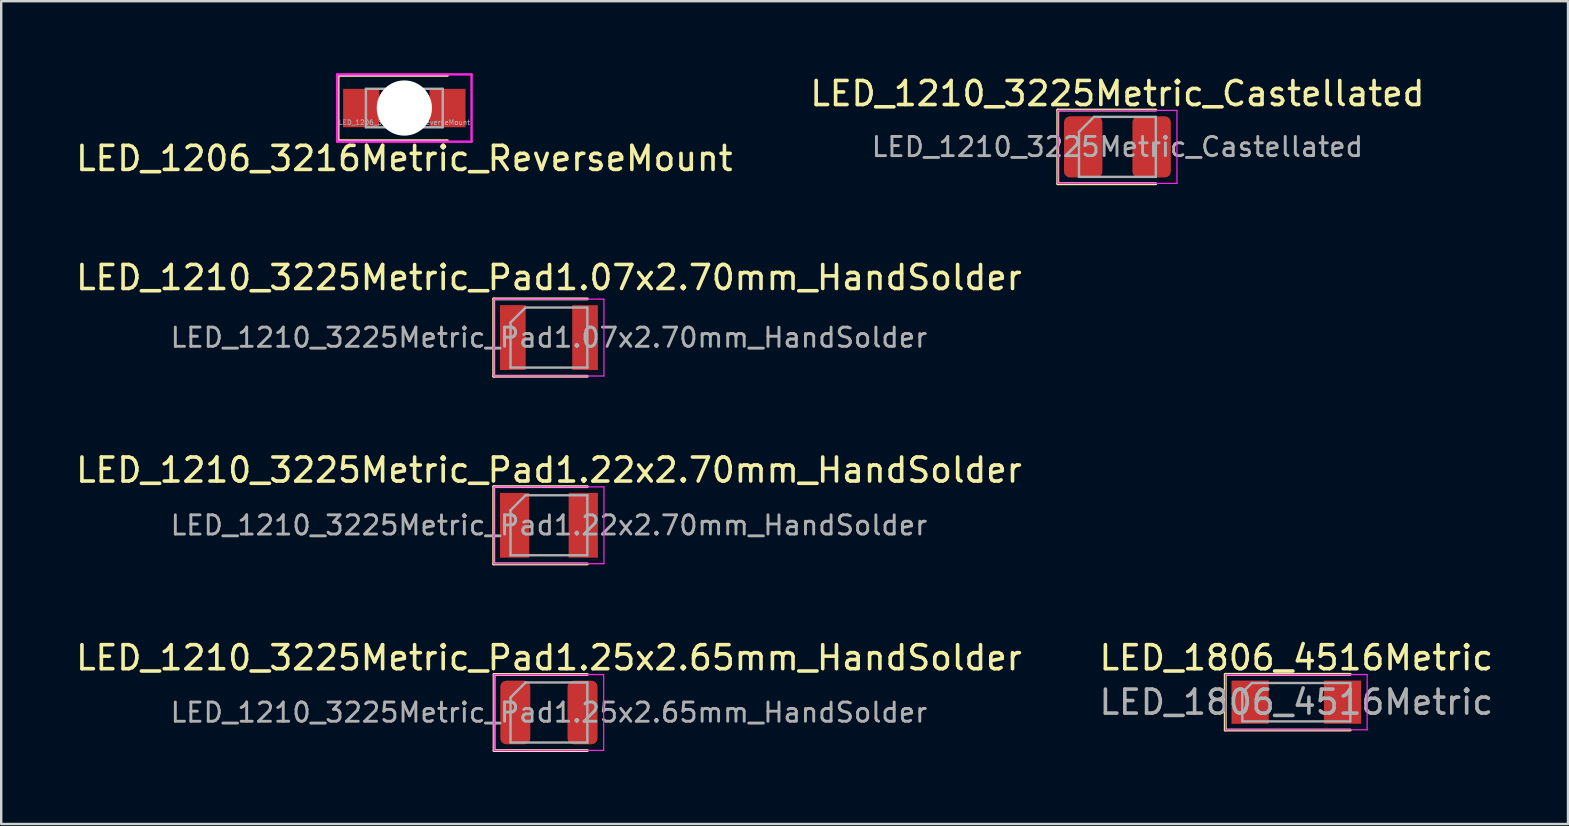
<source format=kicad_pcb>
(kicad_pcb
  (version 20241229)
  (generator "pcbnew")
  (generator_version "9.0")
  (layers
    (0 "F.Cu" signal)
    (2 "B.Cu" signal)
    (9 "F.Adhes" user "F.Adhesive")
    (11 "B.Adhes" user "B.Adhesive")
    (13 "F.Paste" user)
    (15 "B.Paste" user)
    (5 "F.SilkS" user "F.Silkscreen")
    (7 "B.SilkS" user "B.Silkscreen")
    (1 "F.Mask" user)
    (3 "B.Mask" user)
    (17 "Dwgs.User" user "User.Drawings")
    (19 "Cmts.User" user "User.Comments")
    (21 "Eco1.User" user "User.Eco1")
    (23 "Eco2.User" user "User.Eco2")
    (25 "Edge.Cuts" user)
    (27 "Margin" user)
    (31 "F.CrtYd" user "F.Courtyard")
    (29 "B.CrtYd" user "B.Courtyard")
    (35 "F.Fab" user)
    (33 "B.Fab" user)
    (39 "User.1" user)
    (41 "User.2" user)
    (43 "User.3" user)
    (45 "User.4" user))
  (footprint "LED_1210_3225Metric_Pad1.07x2.70mm_HandSolder"
    (layer "F.Cu")
    (at 19.815 11.011)
    (property "Reference" "LED_1210_3225Metric_Pad1.07x2.70mm_HandSolder" (at 0 -2.5 0) (layer "F.SilkS") (effects (font (size 1 1) (thickness 0.15))))
    (attr smd)
    (fp_line (start -2.3 -1.61) (end -2.3 1.61) (stroke (width 0.12) (type solid)) (layer "F.SilkS"))
    (fp_line (start -2.3 1.61) (end 1.6 1.61) (stroke (width 0.12) (type solid)) (layer "F.SilkS"))
    (fp_line (start 1.6 -1.61) (end -2.3 -1.61) (stroke (width 0.12) (type solid)) (layer "F.SilkS"))
    (fp_line (start -2.29 -1.6) (end 2.29 -1.6) (stroke (width 0.05) (type solid)) (layer "F.CrtYd"))
    (fp_line (start -2.29 1.6) (end -2.29 -1.6) (stroke (width 0.05) (type solid)) (layer "F.CrtYd"))
    (fp_line (start 2.29 -1.6) (end 2.29 1.6) (stroke (width 0.05) (type solid)) (layer "F.CrtYd"))
    (fp_line (start 2.29 1.6) (end -2.29 1.6) (stroke (width 0.05) (type solid)) (layer "F.CrtYd"))
    (fp_line (start -1.6 -0.625) (end -1.6 1.25) (stroke (width 0.1) (type solid)) (layer "F.Fab"))
    (fp_line (start -1.6 1.25) (end 1.6 1.25) (stroke (width 0.1) (type solid)) (layer "F.Fab"))
    (fp_line (start -0.975 -1.25) (end -1.6 -0.625) (stroke (width 0.1) (type solid)) (layer "F.Fab"))
    (fp_line (start 1.6 -1.25) (end -0.975 -1.25) (stroke (width 0.1) (type solid)) (layer "F.Fab"))
    (fp_line (start 1.6 1.25) (end 1.6 -1.25) (stroke (width 0.1) (type solid)) (layer "F.Fab"))
    (fp_text user "${REFERENCE}" (at 0 0 0) (layer "F.Fab") (effects (font (size 0.8 0.8) (thickness 0.12))))
    (pad "1" smd rect (at -1.505 0) (size 1.07 2.7) (layers "F.Cu" "F.Mask" "F.Paste"))
    (pad "2" smd rect (at 1.505 0) (size 1.07 2.7) (layers "F.Cu" "F.Mask" "F.Paste")))
  (footprint "LED_1206_3216Metric_ReverseMount"
    (layer "F.Cu")
    (at 13.792 1.45)
    (property "Reference" "LED_1206_3216Metric_ReverseMount" (at 0 2.1 0) (layer "F.SilkS") (effects (font (size 1 1) (thickness 0.15))))
    (attr smd)
    (fp_line (start -2.75 -1.35) (end 1.8 -1.35) (stroke (width 0.1) (type solid)) (layer "F.SilkS"))
    (fp_line (start -2.75 1.35) (end -2.75 -1.35) (stroke (width 0.1) (type solid)) (layer "F.SilkS"))
    (fp_line (start 1.8 1.35) (end -2.75 1.35) (stroke (width 0.1) (type solid)) (layer "F.SilkS"))
    (fp_line (start -2.8 -1.4) (end 2.8 -1.4) (stroke (width 0.1) (type solid)) (layer "F.CrtYd"))
    (fp_line (start -2.8 1.4) (end -2.8 -1.4) (stroke (width 0.1) (type solid)) (layer "F.CrtYd"))
    (fp_line (start 2.8 -1.4) (end 2.8 1.4) (stroke (width 0.1) (type solid)) (layer "F.CrtYd"))
    (fp_line (start 2.8 1.4) (end -2.8 1.4) (stroke (width 0.1) (type solid)) (layer "F.CrtYd"))
    (fp_line (start -1.6 -0.8) (end -1.6 0.8) (stroke (width 0.1) (type solid)) (layer "F.Fab"))
    (fp_line (start -1.6 0.8) (end 1.6 0.8) (stroke (width 0.1) (type solid)) (layer "F.Fab"))
    (fp_line (start -0.7 0.8) (end -0.7 -0.8) (stroke (width 0.1) (type solid)) (layer "F.Fab"))
    (fp_line (start -0.3 -0.4) (end -0.3 0.4) (stroke (width 0.1) (type solid)) (layer "F.Fab"))
    (fp_line (start -0.3 0) (end 0.3 0.4) (stroke (width 0.1) (type solid)) (layer "F.Fab"))
    (fp_line (start 0.3 -0.4) (end -0.3 0) (stroke (width 0.1) (type solid)) (layer "F.Fab"))
    (fp_line (start 0.3 0.4) (end 0.3 -0.4) (stroke (width 0.1) (type solid)) (layer "F.Fab"))
    (fp_line (start 0.7 0.8) (end 0.7 -0.8) (stroke (width 0.1) (type solid)) (layer "F.Fab"))
    (fp_line (start 1.6 -0.8) (end -1.6 -0.8) (stroke (width 0.1) (type solid)) (layer "F.Fab"))
    (fp_line (start 1.6 0.8) (end 1.6 -0.8) (stroke (width 0.1) (type solid)) (layer "F.Fab"))
    (fp_text user "${REFERENCE}" (at 0 0.6 0) (layer "F.Fab") (effects (font (size 0.2 0.2) (thickness 0.03))))
    (pad "" np_thru_hole circle (at 0 0) (size 2.3 2.3) (drill 2.3) (layers "*.Cu" "*.Mask"))
    (pad "1" smd rect (at -1.8 0) (size 1.5 1.6) (layers "F.Cu" "F.Mask" "F.Paste"))
    (pad "2" smd rect (at 1.8 0) (size 1.5 1.6) (layers "F.Cu" "F.Mask" "F.Paste")))
  (footprint "LED_1210_3225Metric_Castellated"
    (layer "F.Cu")
    (at 43.494 3.068)
    (property "Reference" "LED_1210_3225Metric_Castellated" (at 0 -2.22 0) (layer "F.SilkS") (effects (font (size 1 1) (thickness 0.15))))
    (attr smd)
    (fp_line (start -2.485 -1.535) (end -2.485 1.535) (stroke (width 0.12) (type solid)) (layer "F.SilkS"))
    (fp_line (start -2.485 1.535) (end 1.6 1.535) (stroke (width 0.12) (type solid)) (layer "F.SilkS"))
    (fp_line (start 1.6 -1.535) (end -2.485 -1.535) (stroke (width 0.12) (type solid)) (layer "F.SilkS"))
    (fp_line (start -2.48 -1.52) (end 2.48 -1.52) (stroke (width 0.05) (type solid)) (layer "F.CrtYd"))
    (fp_line (start -2.48 1.52) (end -2.48 -1.52) (stroke (width 0.05) (type solid)) (layer "F.CrtYd"))
    (fp_line (start 2.48 -1.52) (end 2.48 1.52) (stroke (width 0.05) (type solid)) (layer "F.CrtYd"))
    (fp_line (start 2.48 1.52) (end -2.48 1.52) (stroke (width 0.05) (type solid)) (layer "F.CrtYd"))
    (fp_line (start -1.6 -0.625) (end -1.6 1.25) (stroke (width 0.1) (type solid)) (layer "F.Fab"))
    (fp_line (start -1.6 1.25) (end 1.6 1.25) (stroke (width 0.1) (type solid)) (layer "F.Fab"))
    (fp_line (start -0.975 -1.25) (end -1.6 -0.625) (stroke (width 0.1) (type solid)) (layer "F.Fab"))
    (fp_line (start 1.6 -1.25) (end -0.975 -1.25) (stroke (width 0.1) (type solid)) (layer "F.Fab"))
    (fp_line (start 1.6 1.25) (end 1.6 -1.25) (stroke (width 0.1) (type solid)) (layer "F.Fab"))
    (fp_text user "${REFERENCE}" (at 0 0 0) (layer "F.Fab") (effects (font (size 0.8 0.8) (thickness 0.12))))
    (pad "1" smd roundrect (at -1.425 0) (size 1.6 2.55) (layers "F.Cu" "F.Mask" "F.Paste") (roundrect_rratio 0.156))
    (pad "2" smd roundrect (at 1.425 0) (size 1.6 2.55) (layers "F.Cu" "F.Mask" "F.Paste") (roundrect_rratio 0.156)))
  (footprint "LED_1210_3225Metric_Pad1.25x2.65mm_HandSolder"
    (layer "F.Cu")
    (at 19.815 26.628)
    (property "Reference" "LED_1210_3225Metric_Pad1.25x2.65mm_HandSolder" (at 0 -2.28 0) (layer "F.SilkS") (effects (font (size 1 1) (thickness 0.15))))
    (attr smd)
    (fp_line (start -2.285 -1.585) (end -2.285 1.585) (stroke (width 0.12) (type solid)) (layer "F.SilkS"))
    (fp_line (start -2.285 1.585) (end 1.6 1.585) (stroke (width 0.12) (type solid)) (layer "F.SilkS"))
    (fp_line (start 1.6 -1.585) (end -2.285 -1.585) (stroke (width 0.12) (type solid)) (layer "F.SilkS"))
    (fp_line (start -2.28 -1.58) (end 2.28 -1.58) (stroke (width 0.05) (type solid)) (layer "F.CrtYd"))
    (fp_line (start -2.28 1.58) (end -2.28 -1.58) (stroke (width 0.05) (type solid)) (layer "F.CrtYd"))
    (fp_line (start 2.28 -1.58) (end 2.28 1.58) (stroke (width 0.05) (type solid)) (layer "F.CrtYd"))
    (fp_line (start 2.28 1.58) (end -2.28 1.58) (stroke (width 0.05) (type solid)) (layer "F.CrtYd"))
    (fp_line (start -1.6 -0.625) (end -1.6 1.25) (stroke (width 0.1) (type solid)) (layer "F.Fab"))
    (fp_line (start -1.6 1.25) (end 1.6 1.25) (stroke (width 0.1) (type solid)) (layer "F.Fab"))
    (fp_line (start -0.975 -1.25) (end -1.6 -0.625) (stroke (width 0.1) (type solid)) (layer "F.Fab"))
    (fp_line (start 1.6 -1.25) (end -0.975 -1.25) (stroke (width 0.1) (type solid)) (layer "F.Fab"))
    (fp_line (start 1.6 1.25) (end 1.6 -1.25) (stroke (width 0.1) (type solid)) (layer "F.Fab"))
    (fp_text user "${REFERENCE}" (at 0 0 0) (layer "F.Fab") (effects (font (size 0.8 0.8) (thickness 0.12))))
    (pad "1" smd roundrect (at -1.4 0) (size 1.25 2.65) (layers "F.Cu" "F.Mask" "F.Paste") (roundrect_rratio 0.2))
    (pad "2" smd roundrect (at 1.4 0) (size 1.25 2.65) (layers "F.Cu" "F.Mask" "F.Paste") (roundrect_rratio 0.2)))
  (footprint "LED_1806_4516Metric"
    (layer "F.Cu")
    (at 50.946 26.198)
    (property "Reference" "LED_1806_4516Metric" (at 0 -1.85 0) (layer "F.SilkS") (effects (font (size 1 1) (thickness 0.15))))
    (attr smd)
    (fp_line (start -2.96 -1.16) (end -2.96 1.16) (stroke (width 0.12) (type solid)) (layer "F.SilkS"))
    (fp_line (start -2.96 1.16) (end 2.25 1.16) (stroke (width 0.12) (type solid)) (layer "F.SilkS"))
    (fp_line (start 2.25 -1.16) (end -2.96 -1.16) (stroke (width 0.12) (type solid)) (layer "F.SilkS"))
    (fp_line (start -2.95 -1.15) (end 2.95 -1.15) (stroke (width 0.05) (type solid)) (layer "F.CrtYd"))
    (fp_line (start -2.95 1.15) (end -2.95 -1.15) (stroke (width 0.05) (type solid)) (layer "F.CrtYd"))
    (fp_line (start 2.95 -1.15) (end 2.95 1.15) (stroke (width 0.05) (type solid)) (layer "F.CrtYd"))
    (fp_line (start 2.95 1.15) (end -2.95 1.15) (stroke (width 0.05) (type solid)) (layer "F.CrtYd"))
    (fp_line (start -2.25 -0.4) (end -2.25 0.8) (stroke (width 0.1) (type solid)) (layer "F.Fab"))
    (fp_line (start -2.25 0.8) (end 2.25 0.8) (stroke (width 0.1) (type solid)) (layer "F.Fab"))
    (fp_line (start -1.85 -0.8) (end -2.25 -0.4) (stroke (width 0.1) (type solid)) (layer "F.Fab"))
    (fp_line (start 2.25 -0.8) (end -1.85 -0.8) (stroke (width 0.1) (type solid)) (layer "F.Fab"))
    (fp_line (start 2.25 0.8) (end 2.25 -0.8) (stroke (width 0.1) (type solid)) (layer "F.Fab"))
    (fp_text user "${REFERENCE}" (at 0 0 0) (layer "F.Fab") (effects (font (size 1 1) (thickness 0.15))))
    (pad "1" smd rect (at -1.925 0) (size 1.55 1.8) (layers "F.Cu" "F.Mask" "F.Paste"))
    (pad "2" smd rect (at 1.925 0) (size 1.55 1.8) (layers "F.Cu" "F.Mask" "F.Paste")))
  (footprint "LED_1210_3225Metric_Pad1.22x2.70mm_HandSolder"
    (layer "F.Cu")
    (at 19.815 18.83)
    (property "Reference" "LED_1210_3225Metric_Pad1.22x2.70mm_HandSolder" (at 0 -2.3 0) (layer "F.SilkS") (effects (font (size 1 1) (thickness 0.15))))
    (attr smd)
    (fp_line (start -2.3 -1.61) (end -2.3 1.61) (stroke (width 0.12) (type solid)) (layer "F.SilkS"))
    (fp_line (start -2.3 1.61) (end 1.6 1.61) (stroke (width 0.12) (type solid)) (layer "F.SilkS"))
    (fp_line (start 1.6 -1.61) (end -2.3 -1.61) (stroke (width 0.12) (type solid)) (layer "F.SilkS"))
    (fp_line (start -2.29 -1.6) (end 2.29 -1.6) (stroke (width 0.05) (type solid)) (layer "F.CrtYd"))
    (fp_line (start -2.29 1.6) (end -2.29 -1.6) (stroke (width 0.05) (type solid)) (layer "F.CrtYd"))
    (fp_line (start 2.29 -1.6) (end 2.29 1.6) (stroke (width 0.05) (type solid)) (layer "F.CrtYd"))
    (fp_line (start 2.29 1.6) (end -2.29 1.6) (stroke (width 0.05) (type solid)) (layer "F.CrtYd"))
    (fp_line (start -1.6 -0.625) (end -1.6 1.25) (stroke (width 0.1) (type solid)) (layer "F.Fab"))
    (fp_line (start -1.6 1.25) (end 1.6 1.25) (stroke (width 0.1) (type solid)) (layer "F.Fab"))
    (fp_line (start -0.975 -1.25) (end -1.6 -0.625) (stroke (width 0.1) (type solid)) (layer "F.Fab"))
    (fp_line (start 1.6 -1.25) (end -0.975 -1.25) (stroke (width 0.1) (type solid)) (layer "F.Fab"))
    (fp_line (start 1.6 1.25) (end 1.6 -1.25) (stroke (width 0.1) (type solid)) (layer "F.Fab"))
    (fp_text user "${REFERENCE}" (at 0 0 0) (layer "F.Fab") (effects (font (size 0.8 0.8) (thickness 0.12))))
    (pad "1" smd rect (at -1.43 0) (size 1.22 2.7) (layers "F.Cu" "F.Mask" "F.Paste"))
    (pad "2" smd rect (at 1.43 0) (size 1.22 2.7) (layers "F.Cu" "F.Mask" "F.Paste")))
  (gr_rect
    (start -3 -3)
    (end 62.262 31.273)
    (stroke (width 0.1) (type default))
    (fill no)
    (layer "Edge.Cuts")))
</source>
